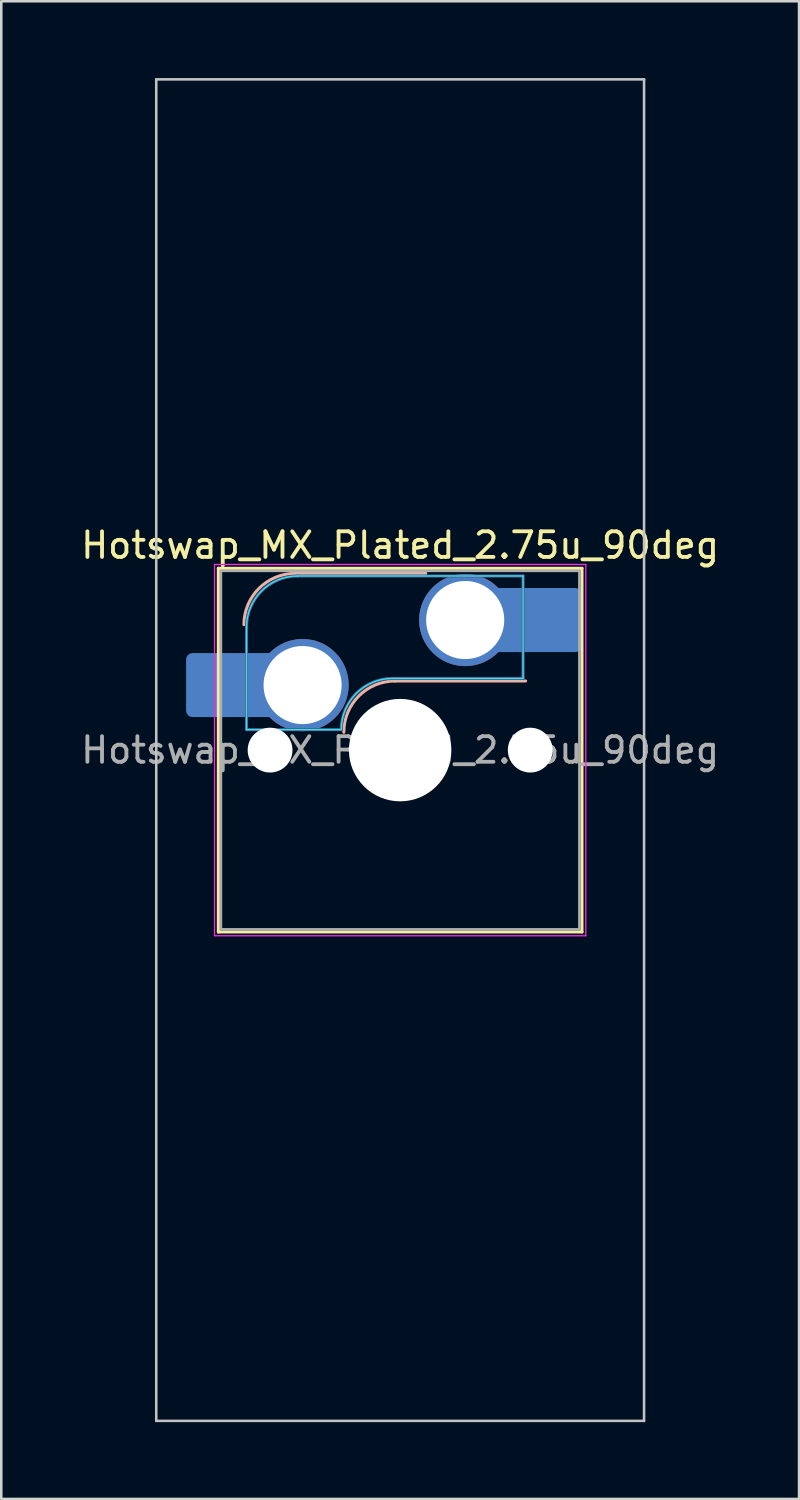
<source format=kicad_pcb>
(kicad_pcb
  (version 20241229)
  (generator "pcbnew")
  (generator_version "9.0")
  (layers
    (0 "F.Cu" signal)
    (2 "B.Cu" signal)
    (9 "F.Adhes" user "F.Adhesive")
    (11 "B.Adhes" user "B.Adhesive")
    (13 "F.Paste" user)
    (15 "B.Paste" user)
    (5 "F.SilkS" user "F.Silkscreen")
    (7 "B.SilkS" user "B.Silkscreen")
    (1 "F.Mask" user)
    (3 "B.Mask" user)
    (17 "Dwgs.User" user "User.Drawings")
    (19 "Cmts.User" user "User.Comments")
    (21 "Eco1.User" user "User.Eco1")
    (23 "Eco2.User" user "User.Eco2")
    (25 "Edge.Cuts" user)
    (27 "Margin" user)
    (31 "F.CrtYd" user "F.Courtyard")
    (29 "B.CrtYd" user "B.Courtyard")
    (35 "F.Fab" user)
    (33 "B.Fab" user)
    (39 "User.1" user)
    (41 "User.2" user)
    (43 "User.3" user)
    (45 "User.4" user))
  (footprint "Hotswap_MX_Plated_2.75u_90deg"
    (layer "F.Cu")
    (at 12.577 26.244)
    (property "Reference" "Hotswap_MX_Plated_2.75u_90deg" (at 0 -8 0) (layer "F.SilkS") (effects (font (size 1 1) (thickness 0.15))))
    (attr smd allow_soldermask_bridges)
    (fp_line (start -7.1 -7.1) (end -7.1 7.1) (stroke (width 0.12) (type solid)) (layer "F.SilkS"))
    (fp_line (start -7.1 7.1) (end 7.1 7.1) (stroke (width 0.12) (type solid)) (layer "F.SilkS"))
    (fp_line (start 7.1 -7.1) (end -7.1 -7.1) (stroke (width 0.12) (type solid)) (layer "F.SilkS"))
    (fp_line (start 7.1 7.1) (end 7.1 -7.1) (stroke (width 0.12) (type solid)) (layer "F.SilkS"))
    (fp_line (start -4.1 -6.9) (end 1 -6.9) (stroke (width 0.12) (type solid)) (layer "B.SilkS"))
    (fp_line (start -0.2 -2.7) (end 4.9 -2.7) (stroke (width 0.12) (type solid)) (layer "B.SilkS"))
    (fp_arc (start -6.1 -4.9) (mid -5.514214 -6.314214) (end -4.1 -6.9) (stroke (width 0.12) (type solid)) (layer "B.SilkS"))
    (fp_arc (start -2.2 -0.7) (mid -1.614214 -2.114214) (end -0.2 -2.7) (stroke (width 0.12) (type solid)) (layer "B.SilkS"))
    (fp_line (start -9.525 -26.194) (end 9.525 -26.194) (stroke (width 0.1) (type solid)) (layer "Dwgs.User"))
    (fp_line (start -9.525 26.194) (end -9.525 -26.194) (stroke (width 0.1) (type solid)) (layer "Dwgs.User"))
    (fp_line (start 9.525 -26.194) (end 9.525 26.194) (stroke (width 0.1) (type solid)) (layer "Dwgs.User"))
    (fp_line (start 9.525 26.194) (end -9.525 26.194) (stroke (width 0.1) (type solid)) (layer "Dwgs.User"))
    (fp_line (start -7.8 -6) (end -7 -6) (stroke (width 0.1) (type solid)) (layer "Eco1.User"))
    (fp_line (start -7.8 -2.9) (end -7.8 -6) (stroke (width 0.1) (type solid)) (layer "Eco1.User"))
    (fp_line (start -7.8 2.9) (end -7 2.9) (stroke (width 0.1) (type solid)) (layer "Eco1.User"))
    (fp_line (start -7.8 6) (end -7.8 2.9) (stroke (width 0.1) (type solid)) (layer "Eco1.User"))
    (fp_line (start -7 -7) (end 7 -7) (stroke (width 0.1) (type solid)) (layer "Eco1.User"))
    (fp_line (start -7 -6) (end -7 -7) (stroke (width 0.1) (type solid)) (layer "Eco1.User"))
    (fp_line (start -7 -2.9) (end -7.8 -2.9) (stroke (width 0.1) (type solid)) (layer "Eco1.User"))
    (fp_line (start -7 2.9) (end -7 -2.9) (stroke (width 0.1) (type solid)) (layer "Eco1.User"))
    (fp_line (start -7 6) (end -7.8 6) (stroke (width 0.1) (type solid)) (layer "Eco1.User"))
    (fp_line (start -7 7) (end -7 6) (stroke (width 0.1) (type solid)) (layer "Eco1.User"))
    (fp_line (start 7 -7) (end 7 -6) (stroke (width 0.1) (type solid)) (layer "Eco1.User"))
    (fp_line (start 7 -6) (end 7.8 -6) (stroke (width 0.1) (type solid)) (layer "Eco1.User"))
    (fp_line (start 7 -2.9) (end 7 2.9) (stroke (width 0.1) (type solid)) (layer "Eco1.User"))
    (fp_line (start 7 2.9) (end 7.8 2.9) (stroke (width 0.1) (type solid)) (layer "Eco1.User"))
    (fp_line (start 7 6) (end 7 7) (stroke (width 0.1) (type solid)) (layer "Eco1.User"))
    (fp_line (start 7 7) (end -7 7) (stroke (width 0.1) (type solid)) (layer "Eco1.User"))
    (fp_line (start 7.8 -6) (end 7.8 -2.9) (stroke (width 0.1) (type solid)) (layer "Eco1.User"))
    (fp_line (start 7.8 -2.9) (end 7 -2.9) (stroke (width 0.1) (type solid)) (layer "Eco1.User"))
    (fp_line (start 7.8 2.9) (end 7.8 6) (stroke (width 0.1) (type solid)) (layer "Eco1.User"))
    (fp_line (start 7.8 6) (end 7 6) (stroke (width 0.1) (type solid)) (layer "Eco1.User"))
    (fp_line (start -6 -0.8) (end -6 -4.8) (stroke (width 0.05) (type solid)) (layer "B.CrtYd"))
    (fp_line (start -6 -0.8) (end -2.3 -0.8) (stroke (width 0.05) (type solid)) (layer "B.CrtYd"))
    (fp_line (start -4 -6.8) (end 4.8 -6.8) (stroke (width 0.05) (type solid)) (layer "B.CrtYd"))
    (fp_line (start -0.3 -2.8) (end 4.8 -2.8) (stroke (width 0.05) (type solid)) (layer "B.CrtYd"))
    (fp_line (start 4.8 -6.8) (end 4.8 -2.8) (stroke (width 0.05) (type solid)) (layer "B.CrtYd"))
    (fp_arc (start -6 -4.8) (mid -5.414214 -6.214214) (end -4 -6.8) (stroke (width 0.05) (type solid)) (layer "B.CrtYd"))
    (fp_arc (start -2.3 -0.8) (mid -1.714214 -2.214214) (end -0.3 -2.8) (stroke (width 0.05) (type solid)) (layer "B.CrtYd"))
    (fp_line (start -7.25 -7.25) (end -7.25 7.25) (stroke (width 0.05) (type solid)) (layer "F.CrtYd"))
    (fp_line (start -7.25 7.25) (end 7.25 7.25) (stroke (width 0.05) (type solid)) (layer "F.CrtYd"))
    (fp_line (start 7.25 -7.25) (end -7.25 -7.25) (stroke (width 0.05) (type solid)) (layer "F.CrtYd"))
    (fp_line (start 7.25 7.25) (end 7.25 -7.25) (stroke (width 0.05) (type solid)) (layer "F.CrtYd"))
    (fp_line (start -6 -0.8) (end -6 -4.8) (stroke (width 0.12) (type solid)) (layer "B.Fab"))
    (fp_line (start -6 -0.8) (end -2.3 -0.8) (stroke (width 0.12) (type solid)) (layer "B.Fab"))
    (fp_line (start -4 -6.8) (end 4.8 -6.8) (stroke (width 0.12) (type solid)) (layer "B.Fab"))
    (fp_line (start -0.3 -2.8) (end 4.8 -2.8) (stroke (width 0.12) (type solid)) (layer "B.Fab"))
    (fp_line (start 4.8 -6.8) (end 4.8 -2.8) (stroke (width 0.12) (type solid)) (layer "B.Fab"))
    (fp_arc (start -6 -4.8) (mid -5.414214 -6.214214) (end -4 -6.8) (stroke (width 0.12) (type solid)) (layer "B.Fab"))
    (fp_arc (start -2.3 -0.8) (mid -1.714214 -2.214214) (end -0.3 -2.8) (stroke (width 0.12) (type solid)) (layer "B.Fab"))
    (fp_line (start -7 -7) (end -7 7) (stroke (width 0.1) (type solid)) (layer "F.Fab"))
    (fp_line (start -7 7) (end 7 7) (stroke (width 0.1) (type solid)) (layer "F.Fab"))
    (fp_line (start 7 -7) (end -7 -7) (stroke (width 0.1) (type solid)) (layer "F.Fab"))
    (fp_line (start 7 7) (end 7 -7) (stroke (width 0.1) (type solid)) (layer "F.Fab"))
    (fp_text user "${REFERENCE}" (at 0 0 0) (layer "F.Fab") (effects (font (size 1 1) (thickness 0.15))))
    (pad "" smd roundrect (at -7.085 -2.54) (size 2.55 2.5) (layers "B.Mask" "B.Paste") (roundrect_rratio 0.1))
    (pad "" np_thru_hole circle (at -5.08 0) (size 1.75 1.75) (drill 1.75) (layers "*.Cu" "*.Mask"))
    (pad "" np_thru_hole circle (at 0 0) (size 4 4) (drill 4) (layers "*.Cu" "*.Mask"))
    (pad "" np_thru_hole circle (at 5.08 0) (size 1.75 1.75) (drill 1.75) (layers "*.Cu" "*.Mask"))
    (pad "" smd roundrect (at 5.842 -5.08) (size 2.55 2.5) (layers "B.Mask" "B.Paste") (roundrect_rratio 0.1))
    (pad "1" smd roundrect (at -6.585 -2.54) (size 3.55 2.5) (layers "B.Cu") (roundrect_rratio 0.1))
    (pad "1" thru_hole circle (at -3.81 -2.54) (size 3.6 3.6) (drill 3.05) (layers "*.Cu" "*.Mask"))
    (pad "2" thru_hole circle (at 2.54 -5.08) (size 3.6 3.6) (drill 3.05) (layers "*.Cu" "*.Mask"))
    (pad "2" smd roundrect (at 5.32 -5.08) (size 3.55 2.5) (layers "B.Cu") (roundrect_rratio 0.1)))
  (gr_rect
    (start -3 -3)
    (end 28.155 55.487)
    (stroke (width 0.1) (type default))
    (fill no)
    (layer "Edge.Cuts")))
</source>
